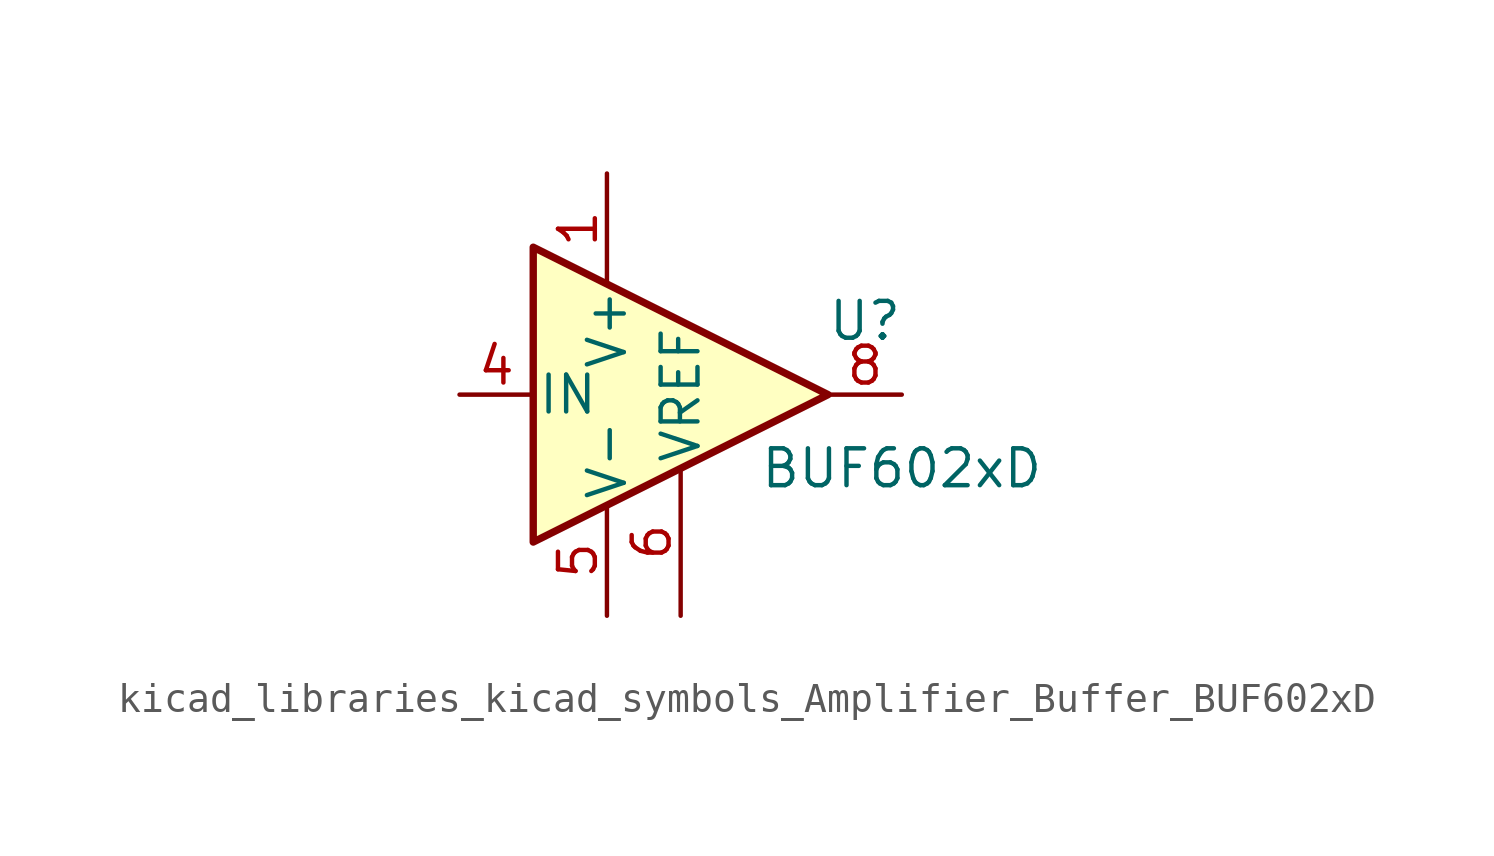
<source format=kicad_sym>
(kicad_symbol_lib
  (version 20220914)
  (generator kicad_symbol_editor)
  (symbol "kicad_libraries_kicad_symbols_Amplifier_Buffer_BUF602xD"
    (pin_names
      (offset 0.127))
    (property "Reference" "U"
      (at 6.35 2.54 0)
      (effects (font (size 1.27 1.27))))
    (property "Value" "BUF602xD"
      (at 7.62 -2.54 0)
      (effects (font (size 1.27 1.27))))
    (symbol "kicad_libraries_kicad_symbols_Amplifier_Buffer_BUF602xD_0_1"
      (polyline (pts (xy 5.08 0) (xy -5.08 5.08) (xy -5.08 -5.08) (xy 5.08 0)) (stroke (width 0.254) (type default)) (fill (type background))))
    (symbol "kicad_libraries_kicad_symbols_Amplifier_Buffer_BUF602xD_1_1"
      (pin power_in line (at -2.54 7.62 270) (length 3.81) (name "V+" (effects (font (size 1.27 1.27)))) (number "1" (effects (font (size 1.27 1.27)))))
      (pin no_connect line (at -5.08 5.08 0) (length 2.54) hide (name "NC" (effects (font (size 1.27 1.27)))) (number "2" (effects (font (size 1.27 1.27)))))
      (pin no_connect line (at -5.08 2.54 0) (length 2.54) hide (name "NC" (effects (font (size 1.27 1.27)))) (number "3" (effects (font (size 1.27 1.27)))))
      (pin input line (at -7.62 0 0) (length 2.54) (name "IN" (effects (font (size 1.27 1.27)))) (number "4" (effects (font (size 1.27 1.27)))))
      (pin power_in line (at -2.54 -7.62 90) (length 3.81) (name "V-" (effects (font (size 1.27 1.27)))) (number "5" (effects (font (size 1.27 1.27)))))
      (pin output line (at 0 -7.62 90) (length 5.08) (name "VREF" (effects (font (size 1.27 1.27)))) (number "6" (effects (font (size 1.27 1.27)))))
      (pin no_connect line (at -5.08 -2.54 0) (length 2.54) hide (name "NC" (effects (font (size 1.27 1.27)))) (number "7" (effects (font (size 1.27 1.27)))))
      (pin output line (at 7.62 0 180) (length 2.54) (name "~" (effects (font (size 1.27 1.27)))) (number "8" (effects (font (size 1.27 1.27))))))))
</source>
